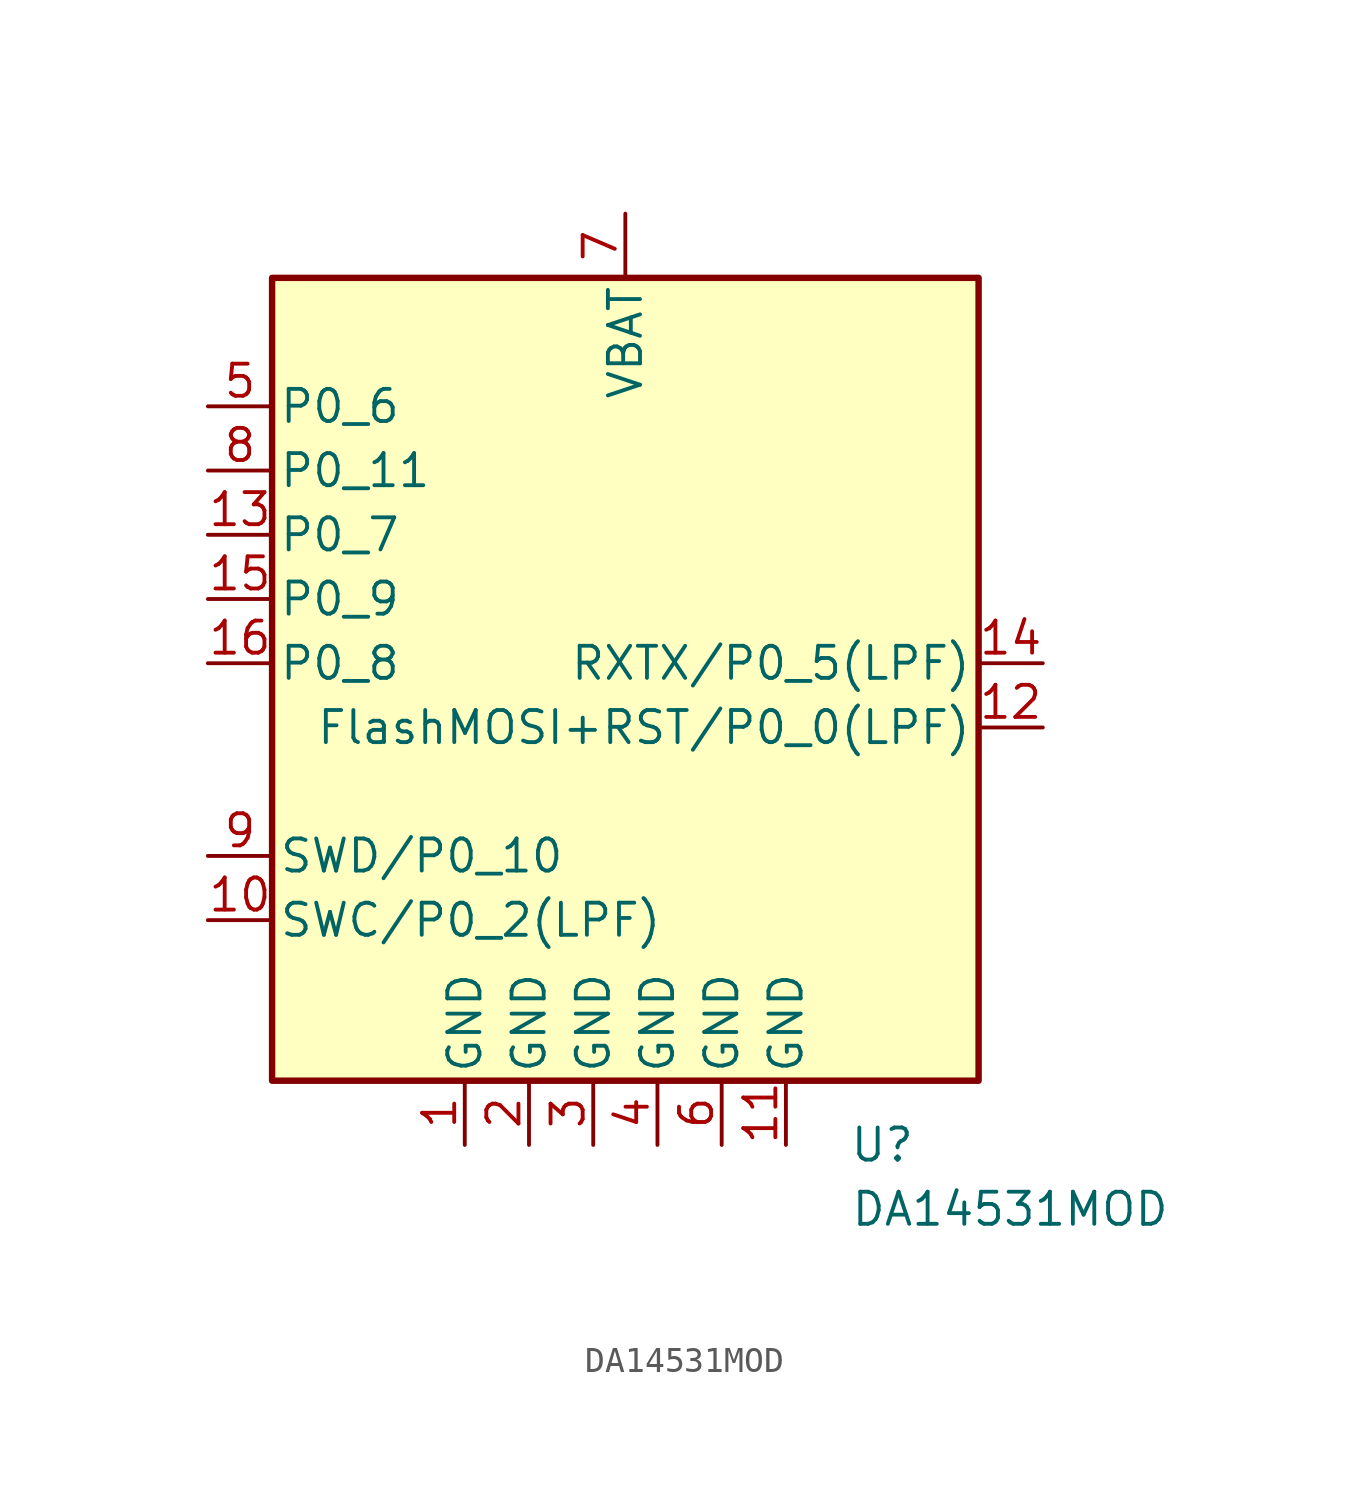
<source format=kicad_sym>
(kicad_symbol_lib
  (version 20211014)
  (generator kicad_symbol_editor)
  (symbol "DA14531MOD"
    (pin_names
      (offset 0.254))
    (property "Reference" "U"
      (at 10.16 -19.05 0)
      (effects (font (size 1.27 1.27))))
    (property "Value" "DA14531MOD"
      (at 8.89 -21.59 0)
      (effects (font (size 1.27 1.27)) (justify left)))
    (symbol "DA14531MOD_0_1"
      (rectangle (start -13.97 15.24) (end 13.97 -16.51) (stroke (width 0.254) (type default) (color 0 0 0 0)) (fill (type background))))
    (symbol "DA14531MOD_1_1"
      (pin power_in line (at -6.35 -19.05 90) (length 2.54) (name "GND" (effects (font (size 1.27 1.27)))) (number "1" (effects (font (size 1.27 1.27)))))
      (pin bidirectional line (at -16.51 -10.16 0) (length 2.54) (name "SWC/P0_2(LPF)" (effects (font (size 1.27 1.27)))) (number "10" (effects (font (size 1.27 1.27)))))
      (pin power_in line (at 6.35 -19.05 90) (length 2.54) (name "GND" (effects (font (size 1.27 1.27)))) (number "11" (effects (font (size 1.27 1.27)))))
      (pin bidirectional line (at 16.51 -2.54 180) (length 2.54) (name "FlashMOSI+RST/P0_0(LPF)" (effects (font (size 1.27 1.27)))) (number "12" (effects (font (size 1.27 1.27)))))
      (pin bidirectional line (at -16.51 5.08 0) (length 2.54) (name "P0_7" (effects (font (size 1.27 1.27)))) (number "13" (effects (font (size 1.27 1.27)))))
      (pin bidirectional line (at 16.51 0 180) (length 2.54) (name "RXTX/P0_5(LPF)" (effects (font (size 1.27 1.27)))) (number "14" (effects (font (size 1.27 1.27)))))
      (pin bidirectional line (at -16.51 2.54 0) (length 2.54) (name "P0_9" (effects (font (size 1.27 1.27)))) (number "15" (effects (font (size 1.27 1.27)))))
      (pin bidirectional line (at -16.51 0 0) (length 2.54) (name "P0_8" (effects (font (size 1.27 1.27)))) (number "16" (effects (font (size 1.27 1.27)))))
      (pin power_in line (at -3.81 -19.05 90) (length 2.54) (name "GND" (effects (font (size 1.27 1.27)))) (number "2" (effects (font (size 1.27 1.27)))))
      (pin power_in line (at -1.27 -19.05 90) (length 2.54) (name "GND" (effects (font (size 1.27 1.27)))) (number "3" (effects (font (size 1.27 1.27)))))
      (pin power_in line (at 1.27 -19.05 90) (length 2.54) (name "GND" (effects (font (size 1.27 1.27)))) (number "4" (effects (font (size 1.27 1.27)))))
      (pin bidirectional line (at -16.51 10.16 0) (length 2.54) (name "P0_6" (effects (font (size 1.27 1.27)))) (number "5" (effects (font (size 1.27 1.27)))))
      (pin power_in line (at 3.81 -19.05 90) (length 2.54) (name "GND" (effects (font (size 1.27 1.27)))) (number "6" (effects (font (size 1.27 1.27)))))
      (pin power_in line (at 0 17.78 270) (length 2.54) (name "VBAT" (effects (font (size 1.27 1.27)))) (number "7" (effects (font (size 1.27 1.27)))))
      (pin bidirectional line (at -16.51 7.62 0) (length 2.54) (name "P0_11" (effects (font (size 1.27 1.27)))) (number "8" (effects (font (size 1.27 1.27)))))
      (pin bidirectional line (at -16.51 -7.62 0) (length 2.54) (name "SWD/P0_10" (effects (font (size 1.27 1.27)))) (number "9" (effects (font (size 1.27 1.27))))))))
</source>
